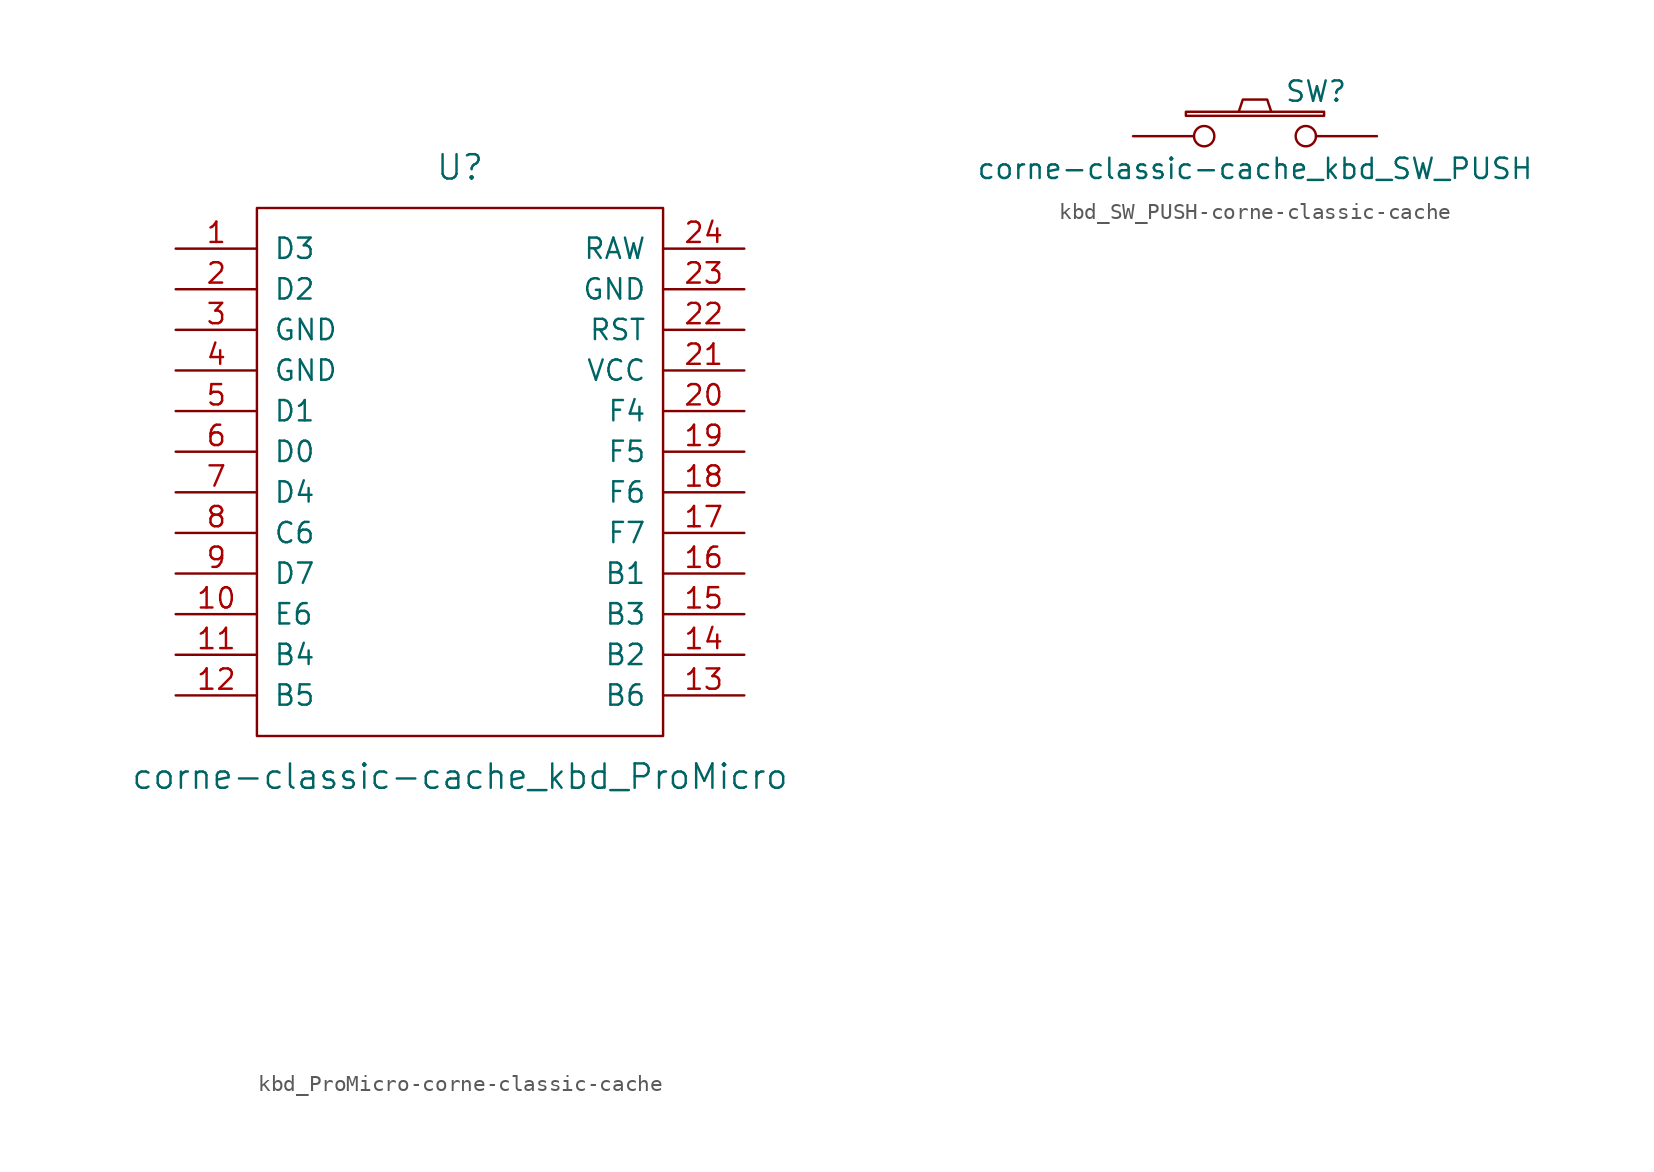
<source format=kicad_sym>
(kicad_symbol_lib
  (version 20231120)
  (generator "kicad_symbol_editor")
  (generator_version "8.0")
  (symbol "kbd_ProMicro-corne-classic-cache"
    (pin_names
      (offset 1.016))
    (property "Reference" "U"
      (at 0 24.13 0)
      (effects (font (size 1.524 1.524))))
    (property "Value" "corne-classic-cache_kbd_ProMicro"
      (at 0 -13.97 0)
      (effects (font (size 1.524 1.524))))
    (property "Footprint" ""
      (at 2.54 -26.67 0)
      (effects (font (size 1.524 1.524))))
    (property "Datasheet" ""
      (at 2.54 -26.67 0)
      (effects (font (size 1.524 1.524))))
    (symbol "kbd_ProMicro-corne-classic-cache_0_1"
      (rectangle (start -12.7 21.59) (end 12.7 -11.43) (stroke (width 0) (type solid)) (fill (type none))))
    (symbol "kbd_ProMicro-corne-classic-cache_1_1"
      (pin bidirectional line (at -17.78 19.05 0) (length 5.08) (name "D3" (effects (font (size 1.27 1.27)))) (number "1" (effects (font (size 1.27 1.27)))))
      (pin bidirectional line (at -17.78 -3.81 0) (length 5.08) (name "E6" (effects (font (size 1.27 1.27)))) (number "10" (effects (font (size 1.27 1.27)))))
      (pin bidirectional line (at -17.78 -6.35 0) (length 5.08) (name "B4" (effects (font (size 1.27 1.27)))) (number "11" (effects (font (size 1.27 1.27)))))
      (pin bidirectional line (at -17.78 -8.89 0) (length 5.08) (name "B5" (effects (font (size 1.27 1.27)))) (number "12" (effects (font (size 1.27 1.27)))))
      (pin bidirectional line (at 17.78 -8.89 180) (length 5.08) (name "B6" (effects (font (size 1.27 1.27)))) (number "13" (effects (font (size 1.27 1.27)))))
      (pin bidirectional line (at 17.78 -6.35 180) (length 5.08) (name "B2" (effects (font (size 1.27 1.27)))) (number "14" (effects (font (size 1.27 1.27)))))
      (pin bidirectional line (at 17.78 -3.81 180) (length 5.08) (name "B3" (effects (font (size 1.27 1.27)))) (number "15" (effects (font (size 1.27 1.27)))))
      (pin bidirectional line (at 17.78 -1.27 180) (length 5.08) (name "B1" (effects (font (size 1.27 1.27)))) (number "16" (effects (font (size 1.27 1.27)))))
      (pin bidirectional line (at 17.78 1.27 180) (length 5.08) (name "F7" (effects (font (size 1.27 1.27)))) (number "17" (effects (font (size 1.27 1.27)))))
      (pin bidirectional line (at 17.78 3.81 180) (length 5.08) (name "F6" (effects (font (size 1.27 1.27)))) (number "18" (effects (font (size 1.27 1.27)))))
      (pin bidirectional line (at 17.78 6.35 180) (length 5.08) (name "F5" (effects (font (size 1.27 1.27)))) (number "19" (effects (font (size 1.27 1.27)))))
      (pin bidirectional line (at -17.78 16.51 0) (length 5.08) (name "D2" (effects (font (size 1.27 1.27)))) (number "2" (effects (font (size 1.27 1.27)))))
      (pin bidirectional line (at 17.78 8.89 180) (length 5.08) (name "F4" (effects (font (size 1.27 1.27)))) (number "20" (effects (font (size 1.27 1.27)))))
      (pin power_in line (at 17.78 11.43 180) (length 5.08) (name "VCC" (effects (font (size 1.27 1.27)))) (number "21" (effects (font (size 1.27 1.27)))))
      (pin input line (at 17.78 13.97 180) (length 5.08) (name "RST" (effects (font (size 1.27 1.27)))) (number "22" (effects (font (size 1.27 1.27)))))
      (pin power_in line (at 17.78 16.51 180) (length 5.08) (name "GND" (effects (font (size 1.27 1.27)))) (number "23" (effects (font (size 1.27 1.27)))))
      (pin power_out line (at 17.78 19.05 180) (length 5.08) (name "RAW" (effects (font (size 1.27 1.27)))) (number "24" (effects (font (size 1.27 1.27)))))
      (pin power_in line (at -17.78 13.97 0) (length 5.08) (name "GND" (effects (font (size 1.27 1.27)))) (number "3" (effects (font (size 1.27 1.27)))))
      (pin power_in line (at -17.78 11.43 0) (length 5.08) (name "GND" (effects (font (size 1.27 1.27)))) (number "4" (effects (font (size 1.27 1.27)))))
      (pin bidirectional line (at -17.78 8.89 0) (length 5.08) (name "D1" (effects (font (size 1.27 1.27)))) (number "5" (effects (font (size 1.27 1.27)))))
      (pin bidirectional line (at -17.78 6.35 0) (length 5.08) (name "D0" (effects (font (size 1.27 1.27)))) (number "6" (effects (font (size 1.27 1.27)))))
      (pin bidirectional line (at -17.78 3.81 0) (length 5.08) (name "D4" (effects (font (size 1.27 1.27)))) (number "7" (effects (font (size 1.27 1.27)))))
      (pin bidirectional line (at -17.78 1.27 0) (length 5.08) (name "C6" (effects (font (size 1.27 1.27)))) (number "8" (effects (font (size 1.27 1.27)))))
      (pin bidirectional line (at -17.78 -1.27 0) (length 5.08) (name "D7" (effects (font (size 1.27 1.27)))) (number "9" (effects (font (size 1.27 1.27)))))))
  (symbol "kbd_SW_PUSH-corne-classic-cache"
    (pin_numbers hide)
    (pin_names
      (offset 1.016) hide)
    (property "Reference" "SW"
      (at 3.81 2.794 0)
      (effects (font (size 1.27 1.27))))
    (property "Value" "corne-classic-cache_kbd_SW_PUSH"
      (at 0 -2.032 0)
      (effects (font (size 1.27 1.27))))
    (property "Footprint" ""
      (at 0 0 0)
      (effects (font (size 1.27 1.27))))
    (property "Datasheet" ""
      (at 0 0 0)
      (effects (font (size 1.27 1.27))))
    (symbol "kbd_SW_PUSH-corne-classic-cache_0_1"
      (rectangle (start -4.318 1.27) (end 4.318 1.524) (stroke (width 0) (type solid)) (fill (type none)))
      (polyline (pts (xy -1.016 1.524) (xy -0.762 2.286) (xy 0.762 2.286) (xy 1.016 1.524)) (stroke (width 0) (type solid)) (fill (type none)))
      (pin passive inverted (at -7.62 0 0) (length 5.08) (name "1" (effects (font (size 1.27 1.27)))) (number "1" (effects (font (size 1.27 1.27)))))
      (pin passive inverted (at 7.62 0 180) (length 5.08) (name "2" (effects (font (size 1.27 1.27)))) (number "2" (effects (font (size 1.27 1.27))))))))
</source>
